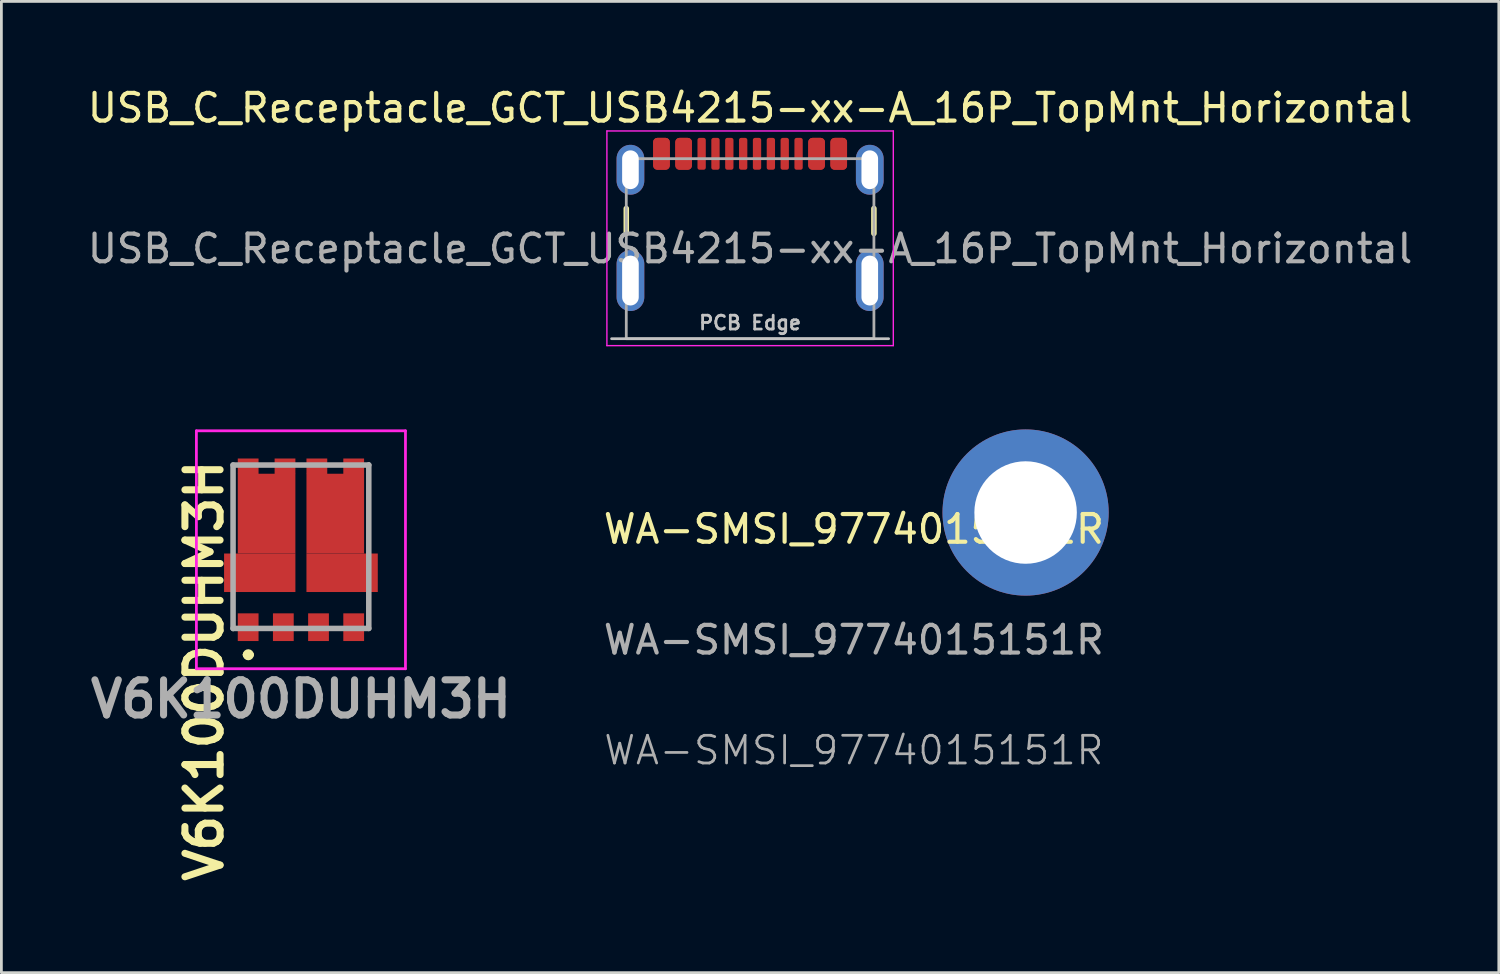
<source format=kicad_pcb>
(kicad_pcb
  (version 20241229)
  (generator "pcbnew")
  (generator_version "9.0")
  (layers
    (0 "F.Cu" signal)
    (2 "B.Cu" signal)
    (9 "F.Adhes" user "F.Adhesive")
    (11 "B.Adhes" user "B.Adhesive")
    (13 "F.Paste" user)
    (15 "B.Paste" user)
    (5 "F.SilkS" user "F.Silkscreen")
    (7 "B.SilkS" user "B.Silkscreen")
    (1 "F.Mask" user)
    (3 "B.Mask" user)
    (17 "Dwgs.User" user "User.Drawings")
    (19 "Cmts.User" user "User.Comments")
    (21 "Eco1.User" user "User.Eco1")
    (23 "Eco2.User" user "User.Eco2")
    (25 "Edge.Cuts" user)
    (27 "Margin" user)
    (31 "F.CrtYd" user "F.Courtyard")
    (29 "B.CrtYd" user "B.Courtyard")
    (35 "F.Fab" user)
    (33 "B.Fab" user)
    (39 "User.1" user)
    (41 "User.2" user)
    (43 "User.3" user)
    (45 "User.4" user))
  (footprint "V6K100DUHM3H"
    (layer "F.Cu")
    (at 7.814 16.688)
    (property "Reference" "V6K100DUHM3H" (at -2.75 -3.25 270) (layer "F.SilkS") (effects (font (size 1.27 1.27) (thickness 0.254)) (justify right bottom)))
    (attr smd)
    (fp_line (start -2.45 0) (end -2.45 -2.95) (stroke (width 0.1) (type solid)) (layer "F.SilkS"))
    (fp_line (start -2.45 2.5) (end -2.45 2) (stroke (width 0.1) (type solid)) (layer "F.SilkS"))
    (fp_line (start -2.45 3) (end -2.45 2.5) (stroke (width 0.1) (type solid)) (layer "F.SilkS"))
    (fp_line (start -2 3.9) (end -2 3.9) (stroke (width 0.2) (type solid)) (layer "F.SilkS"))
    (fp_line (start -1.8 3.9) (end -1.8 3.9) (stroke (width 0.2) (type solid)) (layer "F.SilkS"))
    (fp_line (start 2.45 -3) (end 2.45 0) (stroke (width 0.1) (type solid)) (layer "F.SilkS"))
    (fp_line (start 2.45 2.95) (end 2.45 2) (stroke (width 0.1) (type solid)) (layer "F.SilkS"))
    (fp_arc (start -2 3.9) (mid -1.9 3.8) (end -1.8 3.9) (stroke (width 0.2) (type solid)) (layer "F.SilkS"))
    (fp_arc (start -1.8 3.9) (mid -1.9 4) (end -2 3.9) (stroke (width 0.2) (type solid)) (layer "F.SilkS"))
    (fp_line (start -3.774 -4.185) (end 3.774 -4.185) (stroke (width 0.1) (type solid)) (layer "F.CrtYd"))
    (fp_line (start -3.774 4.405) (end -3.774 -4.185) (stroke (width 0.1) (type solid)) (layer "F.CrtYd"))
    (fp_line (start 3.774 -4.185) (end 3.774 4.405) (stroke (width 0.1) (type solid)) (layer "F.CrtYd"))
    (fp_line (start 3.774 4.405) (end -3.774 4.405) (stroke (width 0.1) (type solid)) (layer "F.CrtYd"))
    (fp_line (start -2.45 -2.95) (end 2.45 -2.95) (stroke (width 0.2) (type solid)) (layer "F.Fab"))
    (fp_line (start -2.45 2.95) (end -2.45 -2.95) (stroke (width 0.2) (type solid)) (layer "F.Fab"))
    (fp_line (start 2.45 -2.95) (end 2.45 2.95) (stroke (width 0.2) (type solid)) (layer "F.Fab"))
    (fp_line (start 2.45 2.95) (end -2.45 2.95) (stroke (width 0.2) (type solid)) (layer "F.Fab"))
    (fp_text user "${REFERENCE}" (at 0 5.5 0) (layer "F.Fab") (effects (font (size 1.27 1.27) (thickness 0.254))))
    (pad "1" smd rect (at -1.905 2.905) (size 0.75 1) (layers "F.Cu" "F.Mask" "F.Paste"))
    (pad "2" smd rect (at -0.635 2.905) (size 0.75 1) (layers "F.Cu" "F.Mask" "F.Paste"))
    (pad "3" smd rect (at 0.635 2.905) (size 0.75 1) (layers "F.Cu" "F.Mask" "F.Paste"))
    (pad "4" smd rect (at 1.905 2.905) (size 0.75 1) (layers "F.Cu" "F.Mask" "F.Paste"))
    (pad "5" smd rect (at 1.487 0.94 90) (size 1.39 2.575) (layers "F.Cu" "F.Mask" "F.Paste"))
    (pad "5" smd rect (at 1.905 -2.905 90) (size 0.56 0.75) (layers "F.Cu" "F.Mask" "F.Paste"))
    (pad "6" smd rect (at 0.575 -2.905 90) (size 0.56 0.75) (layers "F.Cu" "F.Mask" "F.Paste"))
    (pad "6" smd rect (at 1.24 -1.195) (size 2.08 2.88) (layers "F.Cu" "F.Mask" "F.Paste"))
    (pad "7" smd rect (at -1.24 -1.195) (size 2.08 2.88) (layers "F.Cu" "F.Mask" "F.Paste"))
    (pad "7" smd rect (at -0.575 -2.905 90) (size 0.56 0.75) (layers "F.Cu" "F.Mask" "F.Paste"))
    (pad "8" smd rect (at -1.905 -2.905 90) (size 0.56 0.75) (layers "F.Cu" "F.Mask" "F.Paste"))
    (pad "8" smd rect (at -1.487 0.94 90) (size 1.39 2.575) (layers "F.Cu" "F.Mask" "F.Paste")))
  (footprint "USB_C_Receptacle_GCT_USB4215-xx-A_16P_TopMnt_Horizontal"
    (layer "F.Cu")
    (at 24.03 5.928)
    (property "Reference" "USB_C_Receptacle_GCT_USB4215-xx-A_16P_TopMnt_Horizontal" (at 0 -5.08 0) (layer "F.SilkS") (effects (font (size 1 1) (thickness 0.15))))
    (attr smd)
    (fp_line (start -4.47 -1.45) (end -4.47 -0.55) (stroke (width 0.2) (type solid)) (layer "F.SilkS"))
    (fp_line (start 4.47 -1.45) (end 4.47 -0.55) (stroke (width 0.2) (type solid)) (layer "F.SilkS"))
    (fp_line (start 5 3.25) (end -5 3.25) (stroke (width 0.1) (type solid)) (layer "Dwgs.User"))
    (fp_line (start -5.17 -4.25) (end -5.17 3.5) (stroke (width 0.05) (type solid)) (layer "F.CrtYd"))
    (fp_line (start -5.17 3.5) (end 5.17 3.5) (stroke (width 0.05) (type solid)) (layer "F.CrtYd"))
    (fp_line (start 5.17 -4.25) (end -5.17 -4.25) (stroke (width 0.05) (type solid)) (layer "F.CrtYd"))
    (fp_line (start 5.17 3.5) (end 5.17 -4.25) (stroke (width 0.05) (type solid)) (layer "F.CrtYd"))
    (fp_rect (start -4.47 -3.25) (end 4.47 3.25) (stroke (width 0.1) (type solid)) (fill no) (layer "F.Fab"))
    (fp_text user "PCB Edge" (at 0 2.675 0) (unlocked yes) (layer "Dwgs.User") (effects (font (size 0.5 0.5) (thickness 0.1))))
    (fp_text user "${REFERENCE}" (at 0 0 0) (unlocked yes) (layer "F.Fab") (effects (font (size 1 1) (thickness 0.15))))
    (pad "A1" smd roundrect (at -3.2 -3.425) (size 0.6 1.15) (layers "F.Cu" "F.Mask" "F.Paste") (roundrect_rratio 0.25))
    (pad "A4" smd roundrect (at -2.4 -3.425) (size 0.6 1.15) (layers "F.Cu" "F.Mask" "F.Paste") (roundrect_rratio 0.25))
    (pad "A5" smd roundrect (at -1.25 -3.425) (size 0.3 1.15) (layers "F.Cu" "F.Mask" "F.Paste") (roundrect_rratio 0.25))
    (pad "A6" smd roundrect (at -0.25 -3.425) (size 0.3 1.15) (layers "F.Cu" "F.Mask" "F.Paste") (roundrect_rratio 0.25))
    (pad "A7" smd roundrect (at 0.25 -3.425) (size 0.3 1.15) (layers "F.Cu" "F.Mask" "F.Paste") (roundrect_rratio 0.25))
    (pad "A8" smd roundrect (at 1.25 -3.425) (size 0.3 1.15) (layers "F.Cu" "F.Mask" "F.Paste") (roundrect_rratio 0.25))
    (pad "A9" smd roundrect (at 2.4 -3.425) (size 0.6 1.15) (layers "F.Cu" "F.Mask" "F.Paste") (roundrect_rratio 0.25))
    (pad "A12" smd roundrect (at 3.2 -3.425) (size 0.6 1.15) (layers "F.Cu" "F.Mask" "F.Paste") (roundrect_rratio 0.25))
    (pad "B1" smd roundrect (at 3.2 -3.425) (size 0.6 1.15) (layers "F.Cu" "F.Mask" "F.Paste") (roundrect_rratio 0.25))
    (pad "B4" smd roundrect (at 2.4 -3.425) (size 0.6 1.15) (layers "F.Cu" "F.Mask" "F.Paste") (roundrect_rratio 0.25))
    (pad "B5" smd roundrect (at 1.75 -3.425) (size 0.3 1.15) (layers "F.Cu" "F.Mask" "F.Paste") (roundrect_rratio 0.25))
    (pad "B6" smd roundrect (at 0.75 -3.425) (size 0.3 1.15) (layers "F.Cu" "F.Mask" "F.Paste") (roundrect_rratio 0.25))
    (pad "B7" smd roundrect (at -0.75 -3.425) (size 0.3 1.15) (layers "F.Cu" "F.Mask" "F.Paste") (roundrect_rratio 0.25))
    (pad "B8" smd roundrect (at -1.75 -3.425) (size 0.3 1.15) (layers "F.Cu" "F.Mask" "F.Paste") (roundrect_rratio 0.25))
    (pad "B9" smd roundrect (at -2.4 -3.425) (size 0.6 1.15) (layers "F.Cu" "F.Mask" "F.Paste") (roundrect_rratio 0.25))
    (pad "B12" smd roundrect (at -3.2 -3.425) (size 0.6 1.15) (layers "F.Cu" "F.Mask" "F.Paste") (roundrect_rratio 0.25))
    (pad "S1" thru_hole oval (at -4.32 -2.85) (size 1 1.8) (drill oval 0.6 1.4) (layers "*.Cu" "*.Mask"))
    (pad "S1" thru_hole oval (at -4.32 1.15) (size 1 2.2) (drill oval 0.6 1.8) (layers "*.Cu" "*.Mask"))
    (pad "S1" thru_hole oval (at 4.32 -2.85) (size 1 1.8) (drill oval 0.6 1.4) (layers "*.Cu" "*.Mask"))
    (pad "S1" thru_hole oval (at 4.32 1.15) (size 1 2.2) (drill oval 0.6 1.8) (layers "*.Cu" "*.Mask")))
  (footprint "WA-SMSI_9774015151R"
    (layer "F.Cu")
    (at 27.776 20.053)
    (property "Reference" "WA-SMSI_9774015151R" (at 0 -4 0) (unlocked yes) (layer "F.SilkS") (effects (font (size 1 1) (thickness 0.15))))
    (attr smd)
    (fp_line (start -3 -0.325) (end 3 -0.325) (stroke (width 0.01) (type solid)) (layer "F.Paste"))
    (fp_line (start -3 0.325) (end 3 0.325) (stroke (width 0.01) (type solid)) (layer "F.Paste"))
    (fp_line (start -2.121 2.121) (end 2.121 -2.121) (stroke (width 0.01) (type solid)) (layer "F.Paste"))
    (fp_line (start -0.325 3) (end -0.325 -3) (stroke (width 0.01) (type solid)) (layer "F.Paste"))
    (fp_line (start 0.325 3) (end 0.325 -3) (stroke (width 0.01) (type solid)) (layer "F.Paste"))
    (fp_line (start 2.121 2.121) (end -2.121 -2.121) (stroke (width 0.01) (type solid)) (layer "F.Paste"))
    (fp_circle (center 0 0) (end 1.9 0) (stroke (width 0.01) (type solid)) (fill no) (layer "F.Paste"))
    (fp_circle (center 0 0) (end 2.95 0) (stroke (width 0.01) (type solid)) (fill no) (layer "F.Paste"))
    (fp_poly (pts (xy -4.577 -4.023) (xy -3.03 -5.571) (xy -3.03 -6.63) (xy -5.637 -4.023)) (stroke (width 0.01) (type solid)) (fill yes) (layer "F.Paste"))
    (fp_curve (pts (xy -2.932 -0.326) (xy -2.932 -0.326) (xy -1.872 -0.325) (xy -1.872 -0.325)) (stroke (width 0.01) (type solid)) (layer "F.Paste"))
    (fp_curve (pts (xy -1.872 -0.325) (xy -1.767 -1.024) (xy -1.181 -1.725) (xy -0.325 -1.873)) (stroke (width 0.01) (type solid)) (layer "F.Paste"))
    (fp_curve (pts (xy -0.325 -2.932) (xy -1.906 -2.765) (xy -2.822 -1.459) (xy -2.932 -0.326)) (stroke (width 0.01) (type solid)) (layer "F.Paste"))
    (fp_curve (pts (xy -0.325 -1.873) (xy -0.325 -1.873) (xy -0.325 -2.932) (xy -0.325 -2.932)) (stroke (width 0.01) (type solid)) (layer "F.Paste"))
    (fp_text user "WA-SMSI_9774015151R" (at 0 3.4 0) (unlocked yes) (layer "F.Fab") (effects (font (size 1 1) (thickness 0.1)) (justify top)))
    (fp_text user "${REFERENCE}" (at 0 0 0) (unlocked yes) (layer "F.Fab") (effects (font (size 1 1) (thickness 0.15))))
    (pad "" np_thru_hole circle (at 6.2 -4.6) (size 6 6) (drill 3.7) (layers "*.Cu" "*.Mask")))
  (gr_rect
    (start -3 -3)
    (end 51.06 32.065)
    (stroke (width 0.1) (type default))
    (fill no)
    (layer "Edge.Cuts")))
</source>
